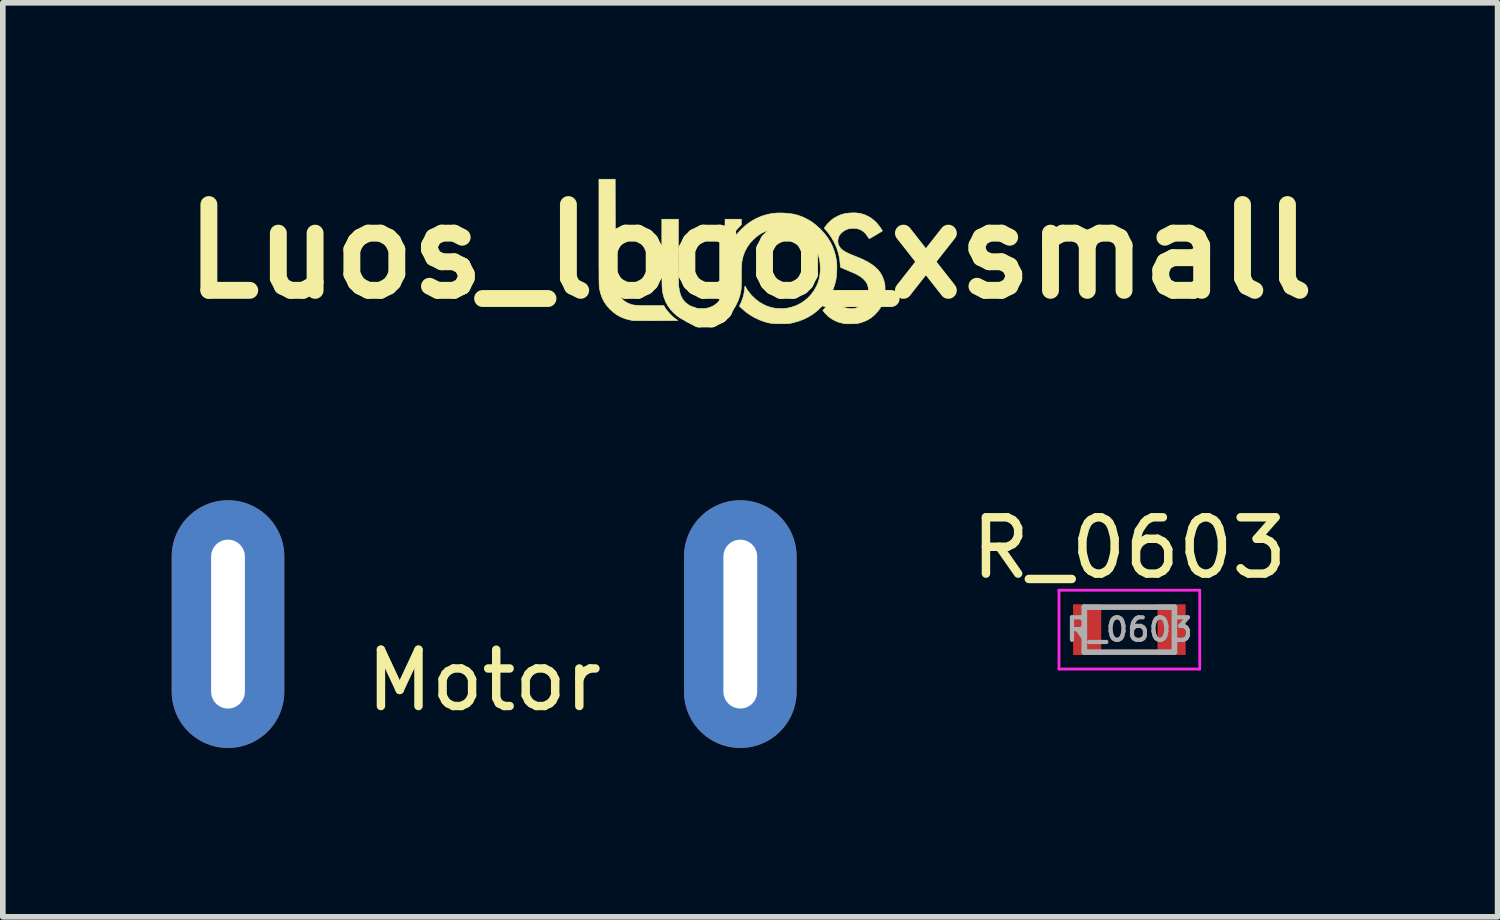
<source format=kicad_pcb>
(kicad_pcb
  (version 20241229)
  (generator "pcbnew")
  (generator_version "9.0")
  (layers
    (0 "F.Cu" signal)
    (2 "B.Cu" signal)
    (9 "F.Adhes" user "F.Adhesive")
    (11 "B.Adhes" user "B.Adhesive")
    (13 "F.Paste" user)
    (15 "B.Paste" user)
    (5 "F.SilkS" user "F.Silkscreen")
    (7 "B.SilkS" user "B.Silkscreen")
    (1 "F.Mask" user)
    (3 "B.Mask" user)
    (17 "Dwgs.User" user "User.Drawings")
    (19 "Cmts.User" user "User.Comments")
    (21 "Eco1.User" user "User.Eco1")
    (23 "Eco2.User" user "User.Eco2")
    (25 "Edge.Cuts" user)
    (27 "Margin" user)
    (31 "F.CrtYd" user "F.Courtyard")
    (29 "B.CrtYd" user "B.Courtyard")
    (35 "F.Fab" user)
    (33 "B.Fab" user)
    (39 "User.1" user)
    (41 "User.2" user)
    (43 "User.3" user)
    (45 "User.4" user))
  (footprint "R_0603"
    (layer "F.Cu")
    (at 17.011 8.134)
    (property "Reference" "R_0603" (at 0 -1.45 0) (layer "F.SilkS") (effects (font (size 1 1) (thickness 0.15))))
    (attr smd)
    (fp_line (start -1.25 -0.7) (end -1.25 0.7) (stroke (width 0.05) (type solid)) (layer "F.CrtYd"))
    (fp_line (start -1.25 -0.7) (end 1.25 -0.7) (stroke (width 0.05) (type solid)) (layer "F.CrtYd"))
    (fp_line (start 1.25 0.7) (end -1.25 0.7) (stroke (width 0.05) (type solid)) (layer "F.CrtYd"))
    (fp_line (start 1.25 0.7) (end 1.25 -0.7) (stroke (width 0.05) (type solid)) (layer "F.CrtYd"))
    (fp_line (start -0.8 -0.4) (end 0.8 -0.4) (stroke (width 0.1) (type solid)) (layer "F.Fab"))
    (fp_line (start -0.8 0.4) (end -0.8 -0.4) (stroke (width 0.1) (type solid)) (layer "F.Fab"))
    (fp_line (start 0.8 -0.4) (end 0.8 0.4) (stroke (width 0.1) (type solid)) (layer "F.Fab"))
    (fp_line (start 0.8 0.4) (end -0.8 0.4) (stroke (width 0.1) (type solid)) (layer "F.Fab"))
    (fp_text user "${REFERENCE}" (at 0 0 0) (layer "F.Fab") (effects (font (size 0.4 0.4) (thickness 0.075))))
    (pad "1" smd rect (at -0.75 0) (size 0.5 0.9) (layers "F.Cu" "F.Mask" "F.Paste"))
    (pad "2" smd rect (at 0.75 0) (size 0.5 0.9) (layers "F.Cu" "F.Mask" "F.Paste")))
  (footprint "Luos_logo_xsmall"
    (layer "F.Cu")
    (at 10.276 1.418)
    (property "Reference" "Luos_logo_xsmall" (at 0 0 0) (layer "F.SilkS") (effects (font (size 1.524 1.524) (thickness 0.3))))
    (attr through_hole)
    (fp_poly (pts (xy -0.157 -0.476) (xy -0.206 -0.425) (xy -0.259 -0.366) (xy -0.308 -0.302) (xy -0.352 -0.238) (xy -0.355 -0.232) (xy -0.369 -0.209) (xy -0.383 -0.182) (xy -0.397 -0.154) (xy -0.411 -0.126) (xy -0.422 -0.102) (xy -0.43 -0.082) (xy -0.435 -0.069) (xy -0.437 -0.06) (xy -0.439 -0.056) (xy -0.441 -0.057) (xy -0.443 -0.064) (xy -0.444 -0.077) (xy -0.445 -0.097) (xy -0.446 -0.125) (xy -0.446 -0.161) (xy -0.447 -0.205) (xy -0.447 -0.259) (xy -0.447 -0.312) (xy -0.447 -0.574) (xy -0.157 -0.574) (xy -0.157 -0.476)) (stroke (width 0.01) (type solid)) (fill yes) (layer "F.SilkS"))
    (fp_poly (pts (xy -2.396 -0.362) (xy -2.396 -0.246) (xy -2.396 -0.14) (xy -2.396 -0.043) (xy -2.396 0.045) (xy -2.396 0.125) (xy -2.395 0.197) (xy -2.395 0.261) (xy -2.395 0.319) (xy -2.394 0.37) (xy -2.394 0.415) (xy -2.393 0.455) (xy -2.392 0.49) (xy -2.392 0.52) (xy -2.391 0.545) (xy -2.389 0.568) (xy -2.388 0.587) (xy -2.387 0.603) (xy -2.385 0.617) (xy -2.383 0.629) (xy -2.381 0.639) (xy -2.379 0.649) (xy -2.376 0.658) (xy -2.373 0.668) (xy -2.37 0.678) (xy -2.367 0.688) (xy -2.344 0.747) (xy -2.313 0.8) (xy -2.275 0.845) (xy -2.229 0.884) (xy -2.177 0.915) (xy -2.119 0.938) (xy -2.117 0.939) (xy -2.1 0.944) (xy -2.081 0.948) (xy -2.059 0.951) (xy -2.034 0.954) (xy -2.004 0.956) (xy -1.968 0.958) (xy -1.926 0.959) (xy -1.877 0.96) (xy -1.819 0.96) (xy -1.757 0.96) (xy -1.534 0.96) (xy -1.526 0.976) (xy -1.509 1.005) (xy -1.485 1.038) (xy -1.456 1.073) (xy -1.424 1.108) (xy -1.391 1.141) (xy -1.358 1.171) (xy -1.331 1.193) (xy -1.314 1.205) (xy -1.299 1.216) (xy -1.29 1.223) (xy -1.288 1.225) (xy -1.292 1.226) (xy -1.306 1.226) (xy -1.328 1.227) (xy -1.357 1.227) (xy -1.392 1.227) (xy -1.434 1.228) (xy -1.479 1.228) (xy -1.529 1.228) (xy -1.581 1.228) (xy -1.635 1.229) (xy -1.689 1.229) (xy -1.744 1.229) (xy -1.798 1.229) (xy -1.85 1.229) (xy -1.899 1.228) (xy -1.944 1.228) (xy -1.984 1.228) (xy -2.019 1.228) (xy -2.047 1.227) (xy -2.068 1.227) (xy -2.08 1.226) (xy -2.083 1.226) (xy -2.164 1.21) (xy -2.238 1.187) (xy -2.306 1.159) (xy -2.37 1.123) (xy -2.43 1.079) (xy -2.488 1.027) (xy -2.497 1.019) (xy -2.55 0.958) (xy -2.595 0.892) (xy -2.631 0.821) (xy -2.658 0.744) (xy -2.677 0.663) (xy -2.68 0.648) (xy -2.681 0.64) (xy -2.681 0.631) (xy -2.682 0.62) (xy -2.683 0.605) (xy -2.684 0.588) (xy -2.684 0.567) (xy -2.685 0.542) (xy -2.685 0.512) (xy -2.686 0.478) (xy -2.686 0.438) (xy -2.686 0.392) (xy -2.686 0.34) (xy -2.687 0.282) (xy -2.687 0.216) (xy -2.687 0.143) (xy -2.687 0.062) (xy -2.687 -0.028) (xy -2.687 -0.126) (xy -2.687 -0.234) (xy -2.687 -0.344) (xy -2.687 -1.285) (xy -2.543 -1.285) (xy -2.398 -1.285) (xy -2.396 -0.362)) (stroke (width 0.01) (type solid)) (fill yes) (layer "F.SilkS"))
    (fp_poly (pts (xy 1.868 -0.687) (xy 1.929 -0.681) (xy 1.982 -0.67) (xy 2.045 -0.649) (xy 2.107 -0.619) (xy 2.165 -0.581) (xy 2.219 -0.536) (xy 2.246 -0.508) (xy 2.261 -0.49) (xy 2.278 -0.47) (xy 2.295 -0.447) (xy 2.312 -0.425) (xy 2.326 -0.404) (xy 2.338 -0.386) (xy 2.345 -0.374) (xy 2.347 -0.368) (xy 2.343 -0.363) (xy 2.332 -0.355) (xy 2.32 -0.348) (xy 2.307 -0.34) (xy 2.288 -0.328) (xy 2.263 -0.314) (xy 2.236 -0.297) (xy 2.207 -0.28) (xy 2.207 -0.28) (xy 2.18 -0.264) (xy 2.156 -0.251) (xy 2.136 -0.239) (xy 2.122 -0.232) (xy 2.115 -0.229) (xy 2.115 -0.229) (xy 2.11 -0.233) (xy 2.102 -0.243) (xy 2.091 -0.259) (xy 2.085 -0.268) (xy 2.052 -0.314) (xy 2.015 -0.351) (xy 1.975 -0.379) (xy 1.931 -0.398) (xy 1.913 -0.404) (xy 1.888 -0.408) (xy 1.857 -0.411) (xy 1.824 -0.411) (xy 1.791 -0.41) (xy 1.763 -0.407) (xy 1.757 -0.406) (xy 1.718 -0.394) (xy 1.679 -0.375) (xy 1.644 -0.351) (xy 1.613 -0.323) (xy 1.588 -0.293) (xy 1.577 -0.273) (xy 1.562 -0.229) (xy 1.556 -0.186) (xy 1.561 -0.144) (xy 1.575 -0.105) (xy 1.599 -0.068) (xy 1.605 -0.06) (xy 1.624 -0.041) (xy 1.647 -0.022) (xy 1.674 -0.004) (xy 1.706 0.014) (xy 1.745 0.033) (xy 1.792 0.054) (xy 1.829 0.069) (xy 1.857 0.08) (xy 1.889 0.093) (xy 1.922 0.107) (xy 1.941 0.114) (xy 2.023 0.151) (xy 2.097 0.19) (xy 2.162 0.231) (xy 2.219 0.275) (xy 2.22 0.276) (xy 2.268 0.322) (xy 2.308 0.372) (xy 2.34 0.426) (xy 2.366 0.487) (xy 2.386 0.555) (xy 2.388 0.566) (xy 2.392 0.589) (xy 2.394 0.619) (xy 2.395 0.654) (xy 2.395 0.692) (xy 2.394 0.73) (xy 2.391 0.765) (xy 2.388 0.795) (xy 2.386 0.809) (xy 2.368 0.88) (xy 2.343 0.945) (xy 2.309 1.006) (xy 2.267 1.063) (xy 2.216 1.118) (xy 2.205 1.129) (xy 2.147 1.177) (xy 2.082 1.217) (xy 2.012 1.248) (xy 1.948 1.268) (xy 1.928 1.273) (xy 1.91 1.276) (xy 1.891 1.279) (xy 1.869 1.281) (xy 1.842 1.282) (xy 1.807 1.283) (xy 1.798 1.283) (xy 1.75 1.283) (xy 1.711 1.283) (xy 1.68 1.281) (xy 1.661 1.278) (xy 1.585 1.26) (xy 1.514 1.233) (xy 1.449 1.198) (xy 1.39 1.155) (xy 1.336 1.103) (xy 1.318 1.082) (xy 1.289 1.046) (xy 1.316 1.017) (xy 1.329 1.003) (xy 1.34 0.992) (xy 1.346 0.986) (xy 1.346 0.986) (xy 1.355 0.976) (xy 1.368 0.961) (xy 1.384 0.94) (xy 1.402 0.916) (xy 1.419 0.892) (xy 1.436 0.867) (xy 1.451 0.845) (xy 1.456 0.837) (xy 1.49 0.781) (xy 1.501 0.813) (xy 1.513 0.845) (xy 1.525 0.87) (xy 1.54 0.893) (xy 1.549 0.904) (xy 1.584 0.942) (xy 1.627 0.972) (xy 1.675 0.994) (xy 1.728 1.007) (xy 1.786 1.013) (xy 1.791 1.013) (xy 1.831 1.012) (xy 1.865 1.007) (xy 1.898 0.997) (xy 1.933 0.983) (xy 1.935 0.982) (xy 1.966 0.963) (xy 1.998 0.938) (xy 2.028 0.909) (xy 2.053 0.877) (xy 2.066 0.856) (xy 2.086 0.806) (xy 2.099 0.754) (xy 2.103 0.7) (xy 2.098 0.646) (xy 2.085 0.595) (xy 2.074 0.569) (xy 2.051 0.532) (xy 2.019 0.495) (xy 1.979 0.46) (xy 1.931 0.428) (xy 1.876 0.398) (xy 1.84 0.382) (xy 1.819 0.373) (xy 1.792 0.361) (xy 1.76 0.348) (xy 1.726 0.333) (xy 1.697 0.321) (xy 1.603 0.281) (xy 1.599 0.227) (xy 1.588 0.126) (xy 1.567 0.029) (xy 1.536 -0.065) (xy 1.496 -0.156) (xy 1.446 -0.245) (xy 1.433 -0.264) (xy 1.416 -0.289) (xy 1.398 -0.315) (xy 1.38 -0.338) (xy 1.368 -0.352) (xy 1.353 -0.37) (xy 1.34 -0.386) (xy 1.329 -0.398) (xy 1.327 -0.401) (xy 1.316 -0.415) (xy 1.336 -0.445) (xy 1.355 -0.471) (xy 1.381 -0.499) (xy 1.41 -0.529) (xy 1.439 -0.556) (xy 1.463 -0.575) (xy 1.486 -0.591) (xy 1.516 -0.608) (xy 1.548 -0.626) (xy 1.581 -0.641) (xy 1.611 -0.654) (xy 1.623 -0.658) (xy 1.679 -0.673) (xy 1.74 -0.682) (xy 1.804 -0.687) (xy 1.868 -0.687)) (stroke (width 0.01) (type solid)) (fill yes) (layer "F.SilkS"))
    (fp_poly (pts (xy 0.584 -0.684) (xy 0.677 -0.678) (xy 0.765 -0.665) (xy 0.847 -0.645) (xy 0.927 -0.616) (xy 1.004 -0.579) (xy 1.062 -0.546) (xy 1.083 -0.533) (xy 1.1 -0.522) (xy 1.115 -0.511) (xy 1.132 -0.498) (xy 1.152 -0.482) (xy 1.168 -0.469) (xy 1.246 -0.399) (xy 1.315 -0.324) (xy 1.375 -0.247) (xy 1.426 -0.165) (xy 1.467 -0.079) (xy 1.499 0.011) (xy 1.523 0.106) (xy 1.534 0.18) (xy 1.538 0.218) (xy 1.539 0.263) (xy 1.539 0.313) (xy 1.537 0.364) (xy 1.534 0.414) (xy 1.529 0.46) (xy 1.523 0.499) (xy 1.522 0.508) (xy 1.498 0.599) (xy 1.467 0.685) (xy 1.427 0.766) (xy 1.379 0.844) (xy 1.321 0.92) (xy 1.272 0.974) (xy 1.199 1.045) (xy 1.121 1.107) (xy 1.038 1.159) (xy 0.95 1.203) (xy 0.857 1.238) (xy 0.759 1.265) (xy 0.732 1.271) (xy 0.712 1.275) (xy 0.694 1.278) (xy 0.675 1.28) (xy 0.654 1.281) (xy 0.63 1.282) (xy 0.599 1.282) (xy 0.561 1.283) (xy 0.544 1.283) (xy 0.493 1.282) (xy 0.45 1.281) (xy 0.414 1.279) (xy 0.382 1.276) (xy 0.351 1.271) (xy 0.32 1.265) (xy 0.288 1.256) (xy 0.264 1.25) (xy 0.173 1.218) (xy 0.085 1.177) (xy -0.00032 1.128) (xy -0.08 1.071) (xy -0.151 1.009) (xy -0.192 0.97) (xy -0.168 0.918) (xy -0.155 0.89) (xy -0.143 0.858) (xy -0.132 0.828) (xy -0.128 0.815) (xy -0.12 0.785) (xy -0.112 0.751) (xy -0.106 0.716) (xy -0.101 0.682) (xy -0.097 0.653) (xy -0.097 0.635) (xy -0.095 0.62) (xy -0.092 0.615) (xy -0.087 0.621) (xy -0.082 0.629) (xy -0.071 0.65) (xy -0.055 0.677) (xy -0.034 0.706) (xy -0.011 0.736) (xy 0.012 0.764) (xy 0.032 0.786) (xy 0.095 0.846) (xy 0.161 0.897) (xy 0.23 0.938) (xy 0.302 0.971) (xy 0.379 0.995) (xy 0.408 1.001) (xy 0.448 1.008) (xy 0.494 1.011) (xy 0.544 1.013) (xy 0.594 1.012) (xy 0.641 1.008) (xy 0.667 1.004) (xy 0.746 0.985) (xy 0.822 0.958) (xy 0.895 0.921) (xy 0.962 0.876) (xy 1.025 0.824) (xy 1.081 0.764) (xy 1.13 0.698) (xy 1.172 0.625) (xy 1.176 0.617) (xy 1.205 0.551) (xy 1.225 0.484) (xy 1.238 0.412) (xy 1.245 0.336) (xy 1.245 0.3) (xy 1.241 0.211) (xy 1.228 0.128) (xy 1.205 0.048) (xy 1.174 -0.026) (xy 1.133 -0.097) (xy 1.083 -0.164) (xy 1.073 -0.175) (xy 1.013 -0.236) (xy 0.948 -0.289) (xy 0.878 -0.332) (xy 0.802 -0.367) (xy 0.721 -0.393) (xy 0.696 -0.399) (xy 0.67 -0.404) (xy 0.637 -0.407) (xy 0.599 -0.409) (xy 0.559 -0.41) (xy 0.519 -0.41) (xy 0.481 -0.409) (xy 0.449 -0.407) (xy 0.432 -0.404) (xy 0.35 -0.386) (xy 0.274 -0.36) (xy 0.204 -0.326) (xy 0.138 -0.284) (xy 0.076 -0.232) (xy 0.049 -0.207) (xy -0.007 -0.144) (xy -0.054 -0.077) (xy -0.092 -0.007) (xy -0.121 0.069) (xy -0.135 0.119) (xy -0.14 0.141) (xy -0.144 0.163) (xy -0.148 0.186) (xy -0.15 0.21) (xy -0.153 0.238) (xy -0.154 0.269) (xy -0.155 0.307) (xy -0.156 0.35) (xy -0.157 0.402) (xy -0.157 0.456) (xy -0.157 0.508) (xy -0.158 0.55) (xy -0.158 0.586) (xy -0.159 0.615) (xy -0.16 0.639) (xy -0.161 0.659) (xy -0.163 0.677) (xy -0.165 0.694) (xy -0.168 0.712) (xy -0.168 0.712) (xy -0.187 0.795) (xy -0.214 0.873) (xy -0.249 0.944) (xy -0.293 1.01) (xy -0.345 1.071) (xy -0.353 1.079) (xy -0.418 1.137) (xy -0.487 1.185) (xy -0.56 1.224) (xy -0.638 1.254) (xy -0.719 1.274) (xy -0.739 1.278) (xy -0.764 1.281) (xy -0.797 1.283) (xy -0.834 1.284) (xy -0.873 1.285) (xy -0.91 1.284) (xy -0.944 1.283) (xy -0.971 1.28) (xy -0.977 1.28) (xy -1.053 1.265) (xy -1.124 1.242) (xy -1.192 1.211) (xy -1.258 1.172) (xy -1.295 1.145) (xy -1.358 1.091) (xy -1.414 1.031) (xy -1.462 0.965) (xy -1.501 0.894) (xy -1.531 0.818) (xy -1.551 0.744) (xy -1.554 0.73) (xy -1.557 0.716) (xy -1.559 0.701) (xy -1.561 0.684) (xy -1.562 0.665) (xy -1.564 0.643) (xy -1.565 0.617) (xy -1.566 0.588) (xy -1.567 0.554) (xy -1.568 0.514) (xy -1.568 0.469) (xy -1.569 0.417) (xy -1.569 0.359) (xy -1.569 0.292) (xy -1.57 0.218) (xy -1.57 0.135) (xy -1.57 0.042) (xy -1.57 0.009) (xy -1.57 -0.574) (xy -1.275 -0.574) (xy -1.275 -0.000467) (xy -1.275 0.09) (xy -1.275 0.171) (xy -1.275 0.243) (xy -1.275 0.307) (xy -1.275 0.363) (xy -1.274 0.412) (xy -1.274 0.454) (xy -1.274 0.491) (xy -1.273 0.522) (xy -1.272 0.548) (xy -1.272 0.57) (xy -1.271 0.589) (xy -1.27 0.605) (xy -1.269 0.618) (xy -1.268 0.63) (xy -1.267 0.636) (xy -1.256 0.701) (xy -1.241 0.758) (xy -1.222 0.806) (xy -1.199 0.847) (xy -1.192 0.856) (xy -1.15 0.904) (xy -1.102 0.943) (xy -1.048 0.974) (xy -0.989 0.997) (xy -0.963 1.004) (xy -0.926 1.01) (xy -0.883 1.013) (xy -0.838 1.013) (xy -0.795 1.01) (xy -0.759 1.004) (xy -0.7 0.986) (xy -0.646 0.959) (xy -0.597 0.924) (xy -0.555 0.882) (xy -0.519 0.834) (xy -0.491 0.78) (xy -0.473 0.726) (xy -0.467 0.703) (xy -0.463 0.681) (xy -0.459 0.659) (xy -0.456 0.635) (xy -0.454 0.609) (xy -0.452 0.579) (xy -0.451 0.543) (xy -0.45 0.5) (xy -0.449 0.449) (xy -0.449 0.419) (xy -0.449 0.374) (xy -0.448 0.331) (xy -0.448 0.291) (xy -0.447 0.255) (xy -0.446 0.226) (xy -0.445 0.203) (xy -0.445 0.191) (xy -0.432 0.1) (xy -0.41 0.011) (xy -0.378 -0.077) (xy -0.337 -0.161) (xy -0.288 -0.242) (xy -0.23 -0.318) (xy -0.17 -0.383) (xy -0.1 -0.449) (xy -0.029 -0.505) (xy 0.044 -0.553) (xy 0.119 -0.593) (xy 0.199 -0.627) (xy 0.221 -0.634) (xy 0.284 -0.654) (xy 0.346 -0.668) (xy 0.408 -0.678) (xy 0.474 -0.684) (xy 0.545 -0.685) (xy 0.584 -0.684)) (stroke (width 0.01) (type solid)) (fill yes) (layer "F.SilkS")))
  (footprint "Motor"
    (layer "F.Cu")
    (at 5.55 8.036)
    (property "Reference" "Motor" (at 0 1 0) (layer "F.SilkS") (effects (font (size 1 1) (thickness 0.15))))
    (attr through_hole)
    (pad "1" thru_hole oval (at -4.55 0) (size 2 4.4) (drill oval 0.6 3) (layers "*.Cu" "*.Mask"))
    (pad "2" thru_hole oval (at 4.55 0) (size 2 4.4) (drill oval 0.6 3) (layers "*.Cu" "*.Mask")))
  (gr_rect
    (start -3 -3)
    (end 23.552 13.236)
    (stroke (width 0.1) (type default))
    (fill no)
    (layer "Edge.Cuts")))
</source>
